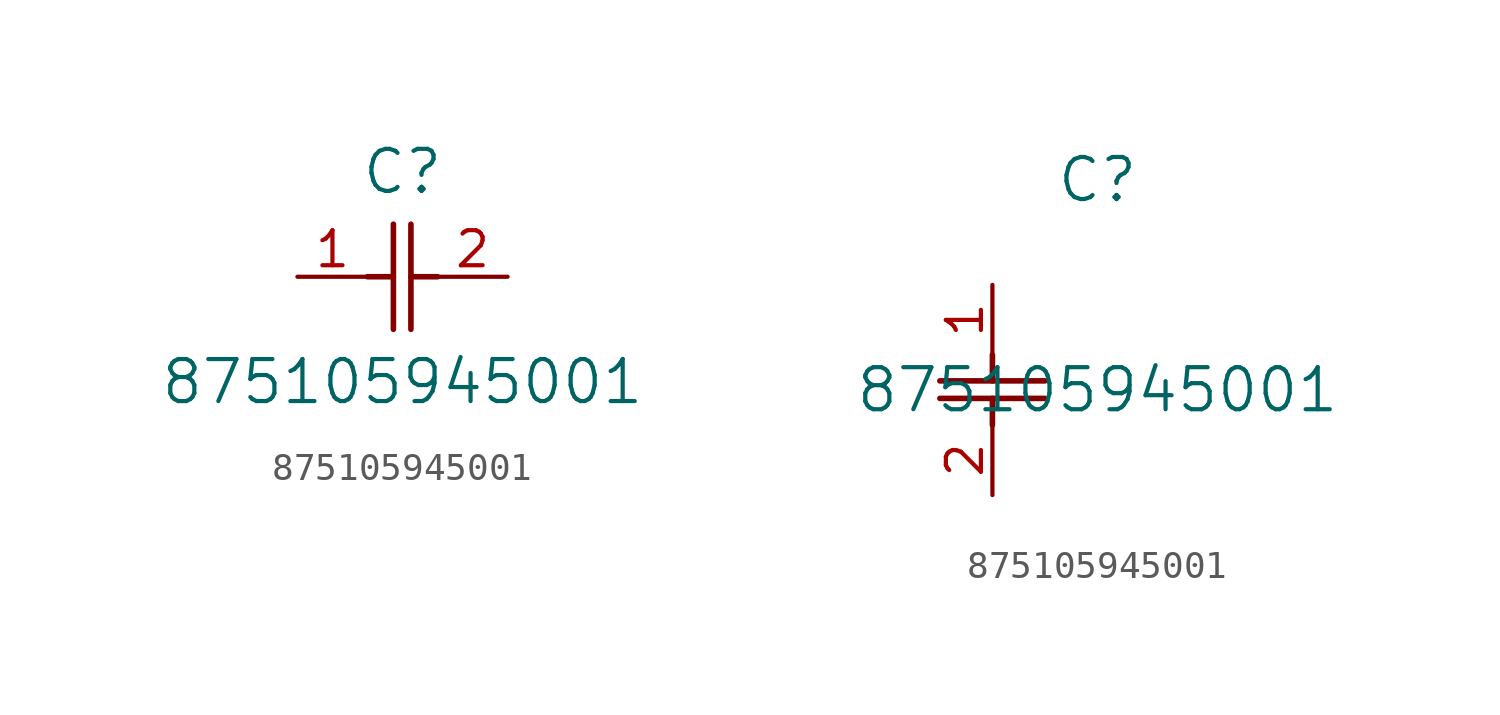
<source format=kicad_sym>
(kicad_symbol_lib
  (version 20211014)
  (generator kicad_symbol_editor)
  (symbol "875105945001"
    (pin_names
      (offset 0.254))
    (property "Reference" "C"
      (at 3.81 3.81 0)
      (effects (font (size 1.524 1.524))))
    (property "Value" "875105945001"
      (at 3.81 -3.81 0)
      (effects (font (size 1.524 1.524))))
    (symbol "875105945001_1_1"
      (polyline (pts (xy 3.48 -1.905) (xy 3.48 1.905)) (stroke (width 0.203) (type default) (color 0 0 0 0)) (fill (type none)))
      (polyline (pts (xy 4.115 -1.905) (xy 4.115 1.905)) (stroke (width 0.203) (type default) (color 0 0 0 0)) (fill (type none)))
      (polyline (pts (xy 4.115 0) (xy 5.08 0)) (stroke (width 0.203) (type default) (color 0 0 0 0)) (fill (type none)))
      (polyline (pts (xy 2.54 0) (xy 3.48 0)) (stroke (width 0.203) (type default) (color 0 0 0 0)) (fill (type none)))
      (pin unspecified line (at 0 0 0) (length 2.54) (name "" (effects (font (size 1.27 1.27)))) (number "1" (effects (font (size 1.27 1.27)))))
      (pin unspecified line (at 7.62 0 180) (length 2.54) (name "" (effects (font (size 1.27 1.27)))) (number "2" (effects (font (size 1.27 1.27))))))
    (symbol "875105945001_1_2"
      (polyline (pts (xy -1.905 -3.48) (xy 1.905 -3.48)) (stroke (width 0.203) (type default) (color 0 0 0 0)) (fill (type none)))
      (polyline (pts (xy -1.905 -4.115) (xy 1.905 -4.115)) (stroke (width 0.203) (type default) (color 0 0 0 0)) (fill (type none)))
      (polyline (pts (xy 0 -4.115) (xy 0 -5.08)) (stroke (width 0.203) (type default) (color 0 0 0 0)) (fill (type none)))
      (polyline (pts (xy 0 -2.54) (xy 0 -3.48)) (stroke (width 0.203) (type default) (color 0 0 0 0)) (fill (type none)))
      (pin unspecified line (at 0 0 270) (length 2.54) (name "" (effects (font (size 1.27 1.27)))) (number "1" (effects (font (size 1.27 1.27)))))
      (pin unspecified line (at 0 -7.62 90) (length 2.54) (name "" (effects (font (size 1.27 1.27)))) (number "2" (effects (font (size 1.27 1.27))))))))
</source>
